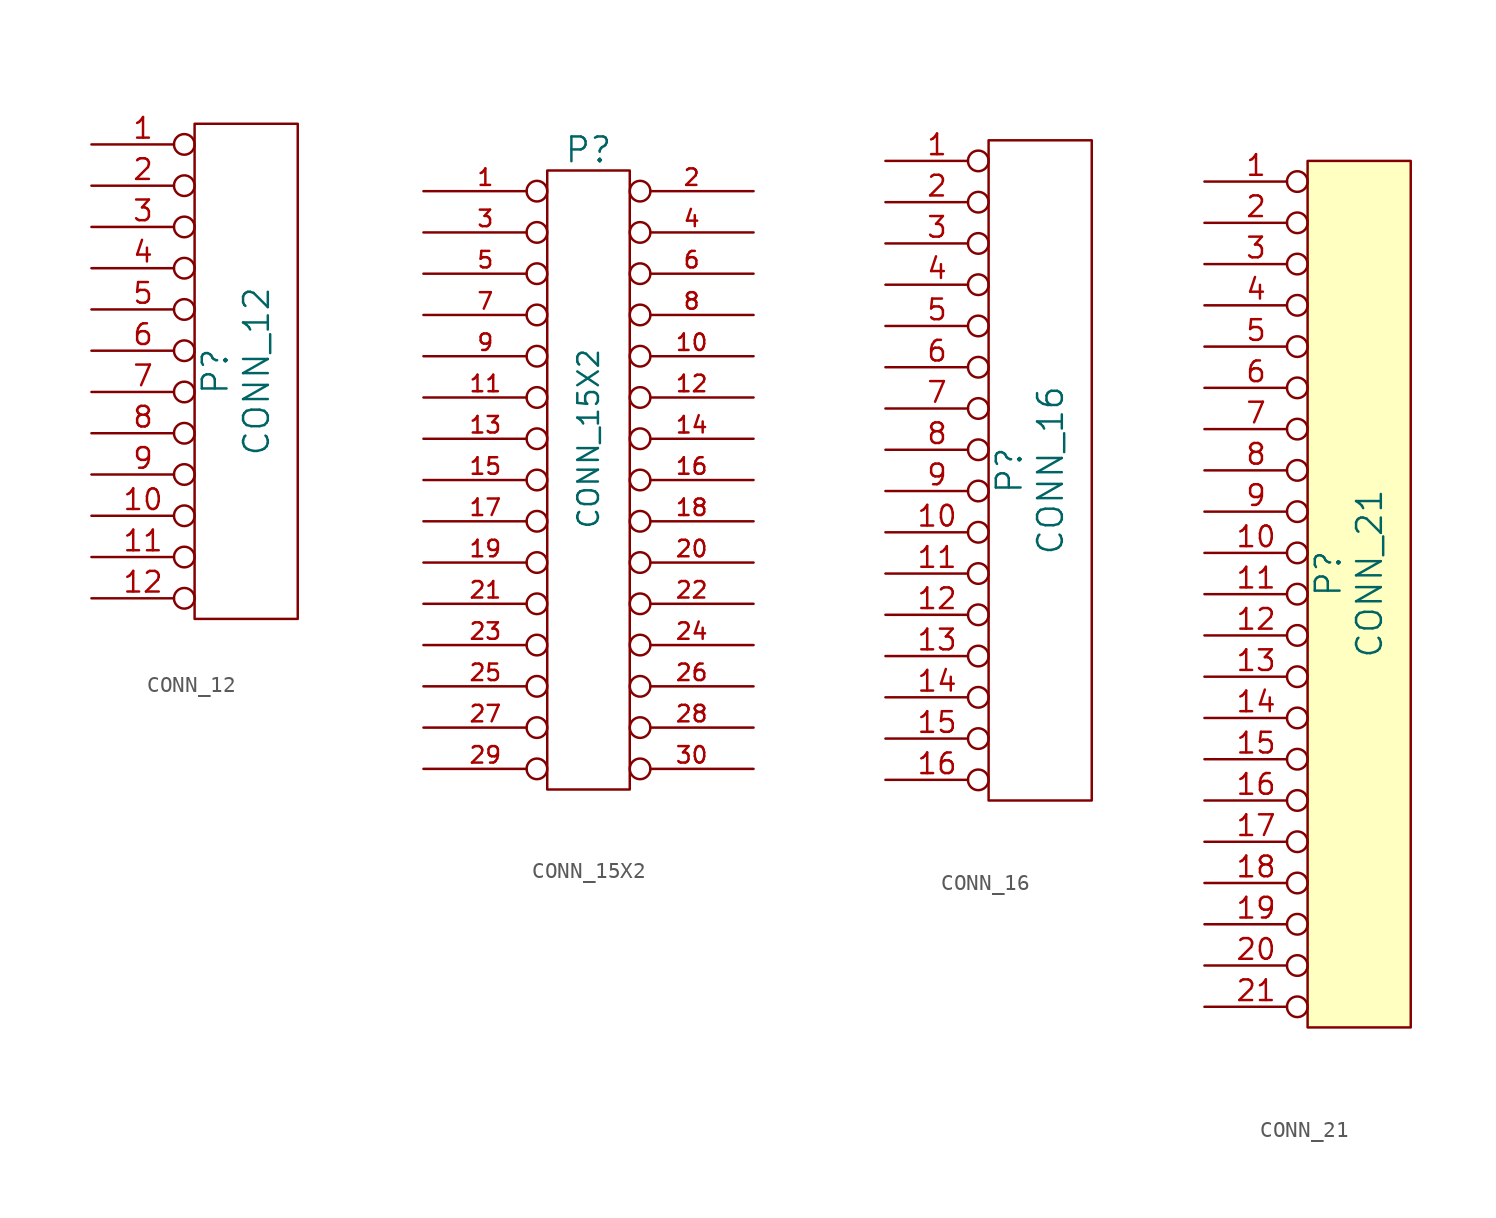
<source format=kicad_sym>
(kicad_symbol_lib
  (version 20210619)
  (generator kicad_symbol_editor)
  (symbol "tinkerforge:CONN_12"
    (pin_names
      (offset 1.016) hide)
    (property "Reference" "P"
      (at 0 0 90)
      (effects (font (size 1.524 1.524))))
    (property "Value" "CONN_12"
      (at 2.54 0 90)
      (effects (font (size 1.524 1.524))))
    (property "Footprint" ""
      (at 1.27 -8.89 0)
      (effects (font (size 1.524 1.524))))
    (property "Datasheet" ""
      (at 1.27 -8.89 0)
      (effects (font (size 1.524 1.524))))
    (symbol "CONN_12_0_1"
      (rectangle (start -1.27 -15.24) (end 5.08 15.24) (stroke (width 0)) (fill (type none))))
    (symbol "CONN_12_1_1"
      (pin passive inverted (at -7.62 13.97 0) (length 6.35) (name "P1" (effects (font (size 1.27 1.27)))) (number "1" (effects (font (size 1.27 1.27)))))
      (pin passive inverted (at -7.62 -8.89 0) (length 6.35) (name "P10" (effects (font (size 1.27 1.27)))) (number "10" (effects (font (size 1.27 1.27)))))
      (pin passive inverted (at -7.62 -11.43 0) (length 6.35) (name "P11" (effects (font (size 1.27 1.27)))) (number "11" (effects (font (size 1.27 1.27)))))
      (pin passive inverted (at -7.62 -13.97 0) (length 6.35) (name "P12" (effects (font (size 1.27 1.27)))) (number "12" (effects (font (size 1.27 1.27)))))
      (pin passive inverted (at -7.62 11.43 0) (length 6.35) (name "P2" (effects (font (size 1.27 1.27)))) (number "2" (effects (font (size 1.27 1.27)))))
      (pin passive inverted (at -7.62 8.89 0) (length 6.35) (name "P3" (effects (font (size 1.27 1.27)))) (number "3" (effects (font (size 1.27 1.27)))))
      (pin passive inverted (at -7.62 6.35 0) (length 6.35) (name "P4" (effects (font (size 1.27 1.27)))) (number "4" (effects (font (size 1.27 1.27)))))
      (pin passive inverted (at -7.62 3.81 0) (length 6.35) (name "P5" (effects (font (size 1.27 1.27)))) (number "5" (effects (font (size 1.27 1.27)))))
      (pin passive inverted (at -7.62 1.27 0) (length 6.35) (name "P6" (effects (font (size 1.27 1.27)))) (number "6" (effects (font (size 1.27 1.27)))))
      (pin passive inverted (at -7.62 -1.27 0) (length 6.35) (name "P7" (effects (font (size 1.27 1.27)))) (number "7" (effects (font (size 1.27 1.27)))))
      (pin passive inverted (at -7.62 -3.81 0) (length 6.35) (name "P8" (effects (font (size 1.27 1.27)))) (number "8" (effects (font (size 1.27 1.27)))))
      (pin passive inverted (at -7.62 -6.35 0) (length 6.35) (name "P9" (effects (font (size 1.27 1.27)))) (number "9" (effects (font (size 1.27 1.27)))))))
  (symbol "tinkerforge:CONN_15X2"
    (pin_names
      (offset 0.254) hide)
    (property "Reference" "P"
      (at 0 20.32 0)
      (effects (font (size 1.524 1.524))))
    (property "Value" "CONN_15X2"
      (at 0 2.54 90)
      (effects (font (size 1.27 1.27))))
    (property "Footprint" ""
      (at 0 0 0)
      (effects (font (size 1.524 1.524))))
    (property "Datasheet" ""
      (at 0 0 0)
      (effects (font (size 1.524 1.524))))
    (symbol "CONN_15X2_0_1"
      (rectangle (start -2.54 19.05) (end 2.54 -19.05) (stroke (width 0)) (fill (type none))))
    (symbol "CONN_15X2_1_1"
      (pin passive inverted (at -10.16 17.78 0) (length 7.62) (name "P1" (effects (font (size 0.762 0.762)))) (number "1" (effects (font (size 1.016 1.016)))))
      (pin passive inverted (at 10.16 7.62 180) (length 7.62) (name "P10" (effects (font (size 0.762 0.762)))) (number "10" (effects (font (size 1.016 1.016)))))
      (pin passive inverted (at -10.16 5.08 0) (length 7.62) (name "P11" (effects (font (size 0.762 0.762)))) (number "11" (effects (font (size 1.016 1.016)))))
      (pin passive inverted (at 10.16 5.08 180) (length 7.62) (name "P12" (effects (font (size 0.762 0.762)))) (number "12" (effects (font (size 1.016 1.016)))))
      (pin passive inverted (at -10.16 2.54 0) (length 7.62) (name "P13" (effects (font (size 0.762 0.762)))) (number "13" (effects (font (size 1.016 1.016)))))
      (pin passive inverted (at 10.16 2.54 180) (length 7.62) (name "P14" (effects (font (size 0.762 0.762)))) (number "14" (effects (font (size 1.016 1.016)))))
      (pin passive inverted (at -10.16 0 0) (length 7.62) (name "P15" (effects (font (size 0.762 0.762)))) (number "15" (effects (font (size 1.016 1.016)))))
      (pin passive inverted (at 10.16 0 180) (length 7.62) (name "P16" (effects (font (size 0.762 0.762)))) (number "16" (effects (font (size 1.016 1.016)))))
      (pin passive inverted (at -10.16 -2.54 0) (length 7.62) (name "P17" (effects (font (size 0.762 0.762)))) (number "17" (effects (font (size 1.016 1.016)))))
      (pin passive inverted (at 10.16 -2.54 180) (length 7.62) (name "P18" (effects (font (size 0.762 0.762)))) (number "18" (effects (font (size 1.016 1.016)))))
      (pin passive inverted (at -10.16 -5.08 0) (length 7.62) (name "P19" (effects (font (size 0.762 0.762)))) (number "19" (effects (font (size 1.016 1.016)))))
      (pin passive inverted (at 10.16 17.78 180) (length 7.62) (name "P2" (effects (font (size 0.762 0.762)))) (number "2" (effects (font (size 1.016 1.016)))))
      (pin passive inverted (at 10.16 -5.08 180) (length 7.62) (name "P20" (effects (font (size 0.762 0.762)))) (number "20" (effects (font (size 1.016 1.016)))))
      (pin passive inverted (at -10.16 -7.62 0) (length 7.62) (name "P21" (effects (font (size 0.762 0.762)))) (number "21" (effects (font (size 1.016 1.016)))))
      (pin passive inverted (at 10.16 -7.62 180) (length 7.62) (name "P22" (effects (font (size 0.762 0.762)))) (number "22" (effects (font (size 1.016 1.016)))))
      (pin passive inverted (at -10.16 -10.16 0) (length 7.62) (name "P23" (effects (font (size 0.762 0.762)))) (number "23" (effects (font (size 1.016 1.016)))))
      (pin passive inverted (at 10.16 -10.16 180) (length 7.62) (name "P20" (effects (font (size 0.762 0.762)))) (number "24" (effects (font (size 1.016 1.016)))))
      (pin passive inverted (at -10.16 -12.7 0) (length 7.62) (name "P24" (effects (font (size 0.762 0.762)))) (number "25" (effects (font (size 1.016 1.016)))))
      (pin passive inverted (at 10.16 -12.7 180) (length 7.62) (name "P22" (effects (font (size 0.762 0.762)))) (number "26" (effects (font (size 1.016 1.016)))))
      (pin input inverted (at -10.16 -15.24 0) (length 7.62) (name "P27" (effects (font (size 0.762 0.762)))) (number "27" (effects (font (size 1.016 1.016)))))
      (pin input inverted (at 10.16 -15.24 180) (length 7.62) (name "P28" (effects (font (size 0.762 0.762)))) (number "28" (effects (font (size 1.016 1.016)))))
      (pin input inverted (at -10.16 -17.78 0) (length 7.62) (name "P29" (effects (font (size 0.762 0.762)))) (number "29" (effects (font (size 1.016 1.016)))))
      (pin passive inverted (at -10.16 15.24 0) (length 7.62) (name "P3" (effects (font (size 0.762 0.762)))) (number "3" (effects (font (size 1.016 1.016)))))
      (pin input inverted (at 10.16 -17.78 180) (length 7.62) (name "P30" (effects (font (size 0.762 0.762)))) (number "30" (effects (font (size 1.016 1.016)))))
      (pin passive inverted (at 10.16 15.24 180) (length 7.62) (name "P4" (effects (font (size 0.762 0.762)))) (number "4" (effects (font (size 1.016 1.016)))))
      (pin passive inverted (at -10.16 12.7 0) (length 7.62) (name "P5" (effects (font (size 0.762 0.762)))) (number "5" (effects (font (size 1.016 1.016)))))
      (pin passive inverted (at 10.16 12.7 180) (length 7.62) (name "P6" (effects (font (size 0.762 0.762)))) (number "6" (effects (font (size 1.016 1.016)))))
      (pin passive inverted (at -10.16 10.16 0) (length 7.62) (name "P7" (effects (font (size 0.762 0.762)))) (number "7" (effects (font (size 1.016 1.016)))))
      (pin passive inverted (at 10.16 10.16 180) (length 7.62) (name "P8" (effects (font (size 0.762 0.762)))) (number "8" (effects (font (size 1.016 1.016)))))
      (pin passive inverted (at -10.16 7.62 0) (length 7.62) (name "P9" (effects (font (size 0.762 0.762)))) (number "9" (effects (font (size 1.016 1.016)))))))
  (symbol "tinkerforge:CONN_16"
    (pin_names
      (offset 1.016) hide)
    (property "Reference" "P"
      (at 0 0 90)
      (effects (font (size 1.524 1.524))))
    (property "Value" "CONN_16"
      (at 2.54 0 90)
      (effects (font (size 1.524 1.524))))
    (property "Footprint" ""
      (at 1.27 -3.81 0)
      (effects (font (size 1.524 1.524))))
    (property "Datasheet" ""
      (at 1.27 -3.81 0)
      (effects (font (size 1.524 1.524))))
    (symbol "CONN_16_0_1"
      (rectangle (start -1.27 -20.32) (end 5.08 20.32) (stroke (width 0)) (fill (type none))))
    (symbol "CONN_16_1_1"
      (pin passive inverted (at -7.62 19.05 0) (length 6.35) (name "P1" (effects (font (size 1.27 1.27)))) (number "1" (effects (font (size 1.27 1.27)))))
      (pin passive inverted (at -7.62 -3.81 0) (length 6.35) (name "P10" (effects (font (size 1.27 1.27)))) (number "10" (effects (font (size 1.27 1.27)))))
      (pin passive inverted (at -7.62 -6.35 0) (length 6.35) (name "P11" (effects (font (size 1.27 1.27)))) (number "11" (effects (font (size 1.27 1.27)))))
      (pin passive inverted (at -7.62 -8.89 0) (length 6.35) (name "P12" (effects (font (size 1.27 1.27)))) (number "12" (effects (font (size 1.27 1.27)))))
      (pin passive inverted (at -7.62 -11.43 0) (length 6.35) (name "~" (effects (font (size 1.27 1.27)))) (number "13" (effects (font (size 1.27 1.27)))))
      (pin passive inverted (at -7.62 -13.97 0) (length 6.35) (name "~" (effects (font (size 1.27 1.27)))) (number "14" (effects (font (size 1.27 1.27)))))
      (pin passive inverted (at -7.62 -16.51 0) (length 6.35) (name "~" (effects (font (size 1.27 1.27)))) (number "15" (effects (font (size 1.27 1.27)))))
      (pin passive inverted (at -7.62 -19.05 0) (length 6.35) (name "~" (effects (font (size 1.27 1.27)))) (number "16" (effects (font (size 1.27 1.27)))))
      (pin passive inverted (at -7.62 16.51 0) (length 6.35) (name "P2" (effects (font (size 1.27 1.27)))) (number "2" (effects (font (size 1.27 1.27)))))
      (pin passive inverted (at -7.62 13.97 0) (length 6.35) (name "P3" (effects (font (size 1.27 1.27)))) (number "3" (effects (font (size 1.27 1.27)))))
      (pin passive inverted (at -7.62 11.43 0) (length 6.35) (name "P4" (effects (font (size 1.27 1.27)))) (number "4" (effects (font (size 1.27 1.27)))))
      (pin passive inverted (at -7.62 8.89 0) (length 6.35) (name "P5" (effects (font (size 1.27 1.27)))) (number "5" (effects (font (size 1.27 1.27)))))
      (pin passive inverted (at -7.62 6.35 0) (length 6.35) (name "P6" (effects (font (size 1.27 1.27)))) (number "6" (effects (font (size 1.27 1.27)))))
      (pin passive inverted (at -7.62 3.81 0) (length 6.35) (name "P7" (effects (font (size 1.27 1.27)))) (number "7" (effects (font (size 1.27 1.27)))))
      (pin passive inverted (at -7.62 1.27 0) (length 6.35) (name "P8" (effects (font (size 1.27 1.27)))) (number "8" (effects (font (size 1.27 1.27)))))
      (pin passive inverted (at -7.62 -1.27 0) (length 6.35) (name "P9" (effects (font (size 1.27 1.27)))) (number "9" (effects (font (size 1.27 1.27)))))))
  (symbol "tinkerforge:CONN_21"
    (pin_names
      (offset 1.016) hide)
    (property "Reference" "P"
      (at -1.27 1.27 90)
      (effects (font (size 1.524 1.524))))
    (property "Value" "CONN_21"
      (at 1.27 1.27 90)
      (effects (font (size 1.524 1.524))))
    (property "Footprint" ""
      (at 0 1.27 0)
      (effects (font (size 1.524 1.524))))
    (property "Datasheet" ""
      (at 0 1.27 0)
      (effects (font (size 1.524 1.524))))
    (symbol "CONN_21_0_1"
      (rectangle (start -2.54 -26.67) (end 3.81 26.67) (stroke (width 0)) (fill (type background))))
    (symbol "CONN_21_1_1"
      (pin passive inverted (at -8.89 25.4 0) (length 6.35) (name "P1" (effects (font (size 1.27 1.27)))) (number "1" (effects (font (size 1.27 1.27)))))
      (pin passive inverted (at -8.89 2.54 0) (length 6.35) (name "P10" (effects (font (size 1.27 1.27)))) (number "10" (effects (font (size 1.27 1.27)))))
      (pin passive inverted (at -8.89 0 0) (length 6.35) (name "P11" (effects (font (size 1.27 1.27)))) (number "11" (effects (font (size 1.27 1.27)))))
      (pin passive inverted (at -8.89 -2.54 0) (length 6.35) (name "P12" (effects (font (size 1.27 1.27)))) (number "12" (effects (font (size 1.27 1.27)))))
      (pin passive inverted (at -8.89 -5.08 0) (length 6.35) (name "P13" (effects (font (size 1.27 1.27)))) (number "13" (effects (font (size 1.27 1.27)))))
      (pin passive inverted (at -8.89 -7.62 0) (length 6.35) (name "P14" (effects (font (size 1.27 1.27)))) (number "14" (effects (font (size 1.27 1.27)))))
      (pin passive inverted (at -8.89 -10.16 0) (length 6.35) (name "P15" (effects (font (size 1.27 1.27)))) (number "15" (effects (font (size 1.27 1.27)))))
      (pin passive inverted (at -8.89 -12.7 0) (length 6.35) (name "P16" (effects (font (size 1.27 1.27)))) (number "16" (effects (font (size 1.27 1.27)))))
      (pin passive inverted (at -8.89 -15.24 0) (length 6.35) (name "P17" (effects (font (size 1.27 1.27)))) (number "17" (effects (font (size 1.27 1.27)))))
      (pin passive inverted (at -8.89 -17.78 0) (length 6.35) (name "P18" (effects (font (size 1.27 1.27)))) (number "18" (effects (font (size 1.27 1.27)))))
      (pin passive inverted (at -8.89 -20.32 0) (length 6.35) (name "P19" (effects (font (size 1.27 1.27)))) (number "19" (effects (font (size 1.27 1.27)))))
      (pin passive inverted (at -8.89 22.86 0) (length 6.35) (name "P2" (effects (font (size 1.27 1.27)))) (number "2" (effects (font (size 1.27 1.27)))))
      (pin passive inverted (at -8.89 -22.86 0) (length 6.35) (name "P20" (effects (font (size 1.27 1.27)))) (number "20" (effects (font (size 1.27 1.27)))))
      (pin passive inverted (at -8.89 -25.4 0) (length 6.35) (name "P21" (effects (font (size 1.27 1.27)))) (number "21" (effects (font (size 1.27 1.27)))))
      (pin passive inverted (at -8.89 20.32 0) (length 6.35) (name "P3" (effects (font (size 1.27 1.27)))) (number "3" (effects (font (size 1.27 1.27)))))
      (pin passive inverted (at -8.89 17.78 0) (length 6.35) (name "P4" (effects (font (size 1.27 1.27)))) (number "4" (effects (font (size 1.27 1.27)))))
      (pin passive inverted (at -8.89 15.24 0) (length 6.35) (name "P5" (effects (font (size 1.27 1.27)))) (number "5" (effects (font (size 1.27 1.27)))))
      (pin passive inverted (at -8.89 12.7 0) (length 6.35) (name "P6" (effects (font (size 1.27 1.27)))) (number "6" (effects (font (size 1.27 1.27)))))
      (pin passive inverted (at -8.89 10.16 0) (length 6.35) (name "P7" (effects (font (size 1.27 1.27)))) (number "7" (effects (font (size 1.27 1.27)))))
      (pin passive inverted (at -8.89 7.62 0) (length 6.35) (name "P8" (effects (font (size 1.27 1.27)))) (number "8" (effects (font (size 1.27 1.27)))))
      (pin passive inverted (at -8.89 5.08 0) (length 6.35) (name "P9" (effects (font (size 1.27 1.27)))) (number "9" (effects (font (size 1.27 1.27))))))))
</source>
